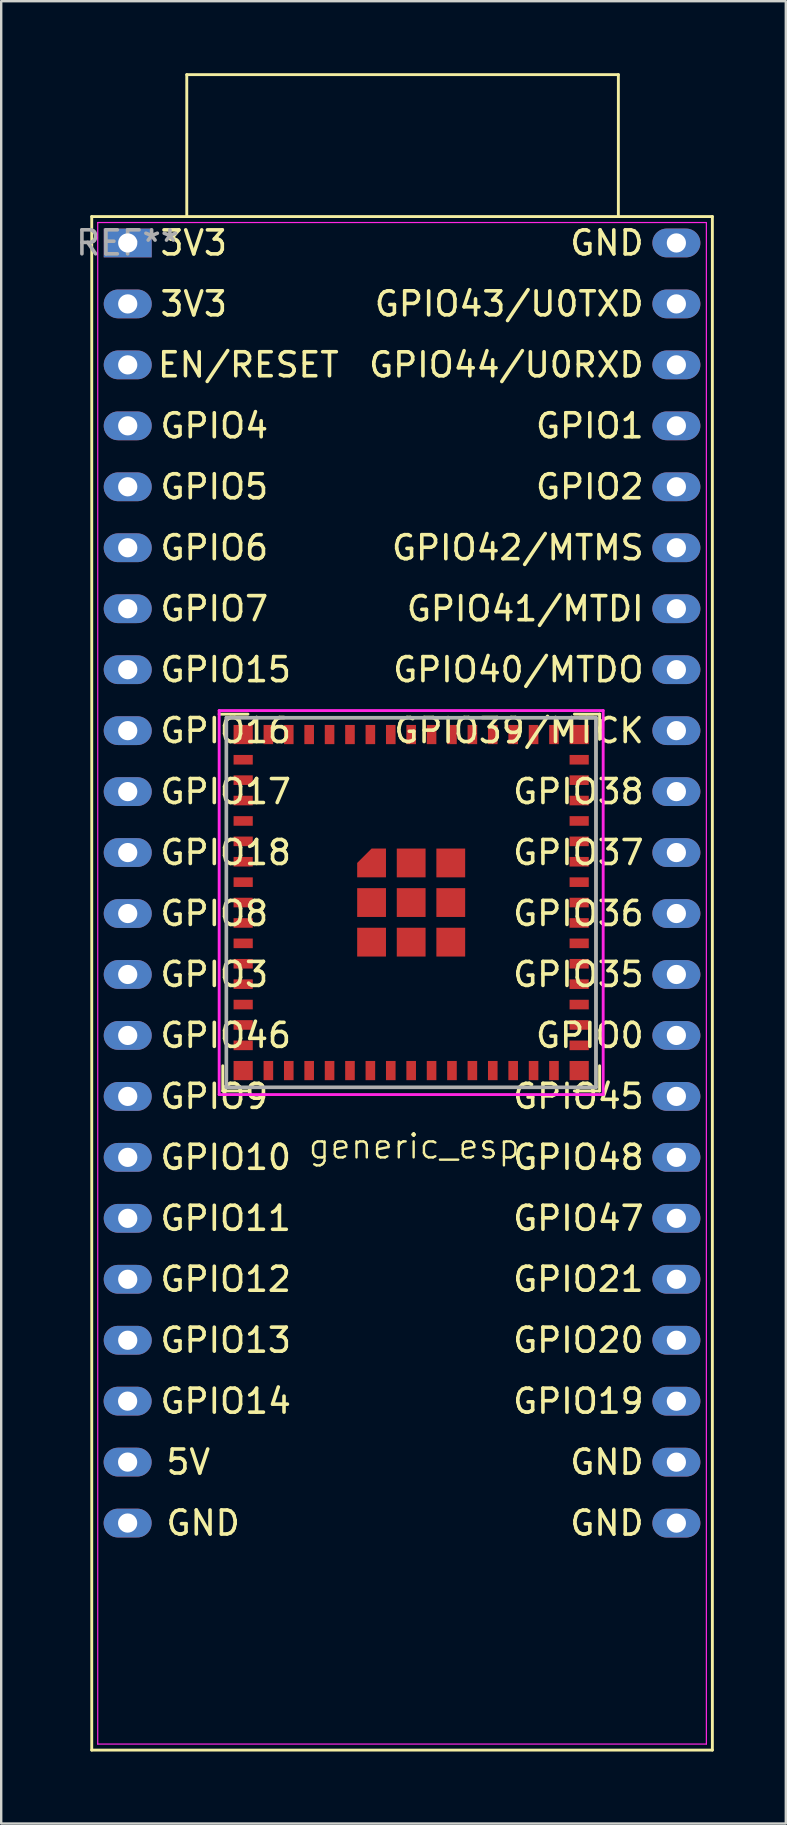
<source format=kicad_pcb>
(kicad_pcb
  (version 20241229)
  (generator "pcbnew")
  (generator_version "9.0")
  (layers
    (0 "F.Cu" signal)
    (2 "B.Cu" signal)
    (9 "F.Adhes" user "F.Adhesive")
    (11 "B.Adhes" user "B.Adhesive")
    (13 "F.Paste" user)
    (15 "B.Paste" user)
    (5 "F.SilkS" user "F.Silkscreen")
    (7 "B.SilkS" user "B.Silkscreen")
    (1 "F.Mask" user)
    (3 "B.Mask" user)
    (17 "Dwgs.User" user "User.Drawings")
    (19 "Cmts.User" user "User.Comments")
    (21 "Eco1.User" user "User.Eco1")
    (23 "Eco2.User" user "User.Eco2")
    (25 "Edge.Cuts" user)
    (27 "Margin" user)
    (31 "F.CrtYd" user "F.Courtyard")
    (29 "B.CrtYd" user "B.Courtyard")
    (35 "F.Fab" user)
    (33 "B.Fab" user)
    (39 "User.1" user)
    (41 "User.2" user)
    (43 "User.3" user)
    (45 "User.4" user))
  (footprint "generic_esp"
    (layer "F.Cu")
    (at 14.21 34.556)
    (property "Reference" "generic_esp" (at -0.001 10.16 0) (unlocked yes) (layer "F.SilkS") (effects (font (size 1 1) (thickness 0.1))))
    (attr through_hole)
    (fp_line (start -13.438 35.314) (end 12.422 35.314) (stroke (width 0.12) (type solid)) (layer "F.SilkS"))
    (fp_line (start -13.438 -28.583) (end -13.438 35.314) (stroke (width 0.12) (type solid)) (layer "F.SilkS"))
    (fp_line (start -9.478 -34.496) (end 8.505 -34.496) (stroke (width 0.12) (type solid)) (layer "F.SilkS"))
    (fp_line (start -9.478 -28.603) (end -9.478 -34.496) (stroke (width 0.12) (type solid)) (layer "F.SilkS"))
    (fp_line (start -7.978 7.85) (end -7.978 6.8) (stroke (width 0.12) (type solid)) (layer "F.SilkS"))
    (fp_line (start -7.828 -7.7) (end 7.572 -7.7) (stroke (width 0.12) (type solid)) (layer "F.SilkS"))
    (fp_line (start -7.828 7.7) (end -7.828 -7.7) (stroke (width 0.12) (type solid)) (layer "F.SilkS"))
    (fp_line (start -6.928 -7.85) (end -8.128 -7.85) (stroke (width 0.12) (type solid)) (layer "F.SilkS"))
    (fp_line (start -6.928 7.85) (end -7.978 7.85) (stroke (width 0.12) (type solid)) (layer "F.SilkS"))
    (fp_line (start 6.672 -7.85) (end 7.722 -7.85) (stroke (width 0.12) (type solid)) (layer "F.SilkS"))
    (fp_line (start 6.672 7.85) (end 7.722 7.85) (stroke (width 0.12) (type solid)) (layer "F.SilkS"))
    (fp_line (start 7.572 -7.7) (end 7.572 7.7) (stroke (width 0.12) (type solid)) (layer "F.SilkS"))
    (fp_line (start 7.572 7.7) (end -7.828 7.7) (stroke (width 0.12) (type solid)) (layer "F.SilkS"))
    (fp_line (start 7.722 -7.85) (end 7.722 -6.8) (stroke (width 0.12) (type solid)) (layer "F.SilkS"))
    (fp_line (start 7.722 7.85) (end 7.722 6.8) (stroke (width 0.12) (type solid)) (layer "F.SilkS"))
    (fp_line (start 8.505 -34.496) (end 8.505 -28.603) (stroke (width 0.12) (type solid)) (layer "F.SilkS"))
    (fp_line (start 12.422 35.314) (end 12.422 -28.583) (stroke (width 0.12) (type solid)) (layer "F.SilkS"))
    (fp_line (start 12.422 -28.583) (end -13.438 -28.583) (stroke (width 0.12) (type solid)) (layer "F.SilkS"))
    (fp_line (start -13.188 -28.333) (end 12.172 -28.333) (stroke (width 0.05) (type solid)) (layer "F.CrtYd"))
    (fp_line (start -13.188 35.064) (end -13.188 -28.333) (stroke (width 0.05) (type solid)) (layer "F.CrtYd"))
    (fp_line (start -8.128 -8) (end -8.128 8) (stroke (width 0.12) (type solid)) (layer "F.CrtYd"))
    (fp_line (start -8.128 8) (end 7.872 8) (stroke (width 0.12) (type solid)) (layer "F.CrtYd"))
    (fp_line (start 7.872 -8) (end -8.128 -8) (stroke (width 0.12) (type solid)) (layer "F.CrtYd"))
    (fp_line (start 7.872 8) (end 7.872 -8) (stroke (width 0.12) (type solid)) (layer "F.CrtYd"))
    (fp_line (start 12.172 -28.333) (end 12.172 35.064) (stroke (width 0.05) (type solid)) (layer "F.CrtYd"))
    (fp_line (start 12.172 35.064) (end -13.188 35.064) (stroke (width 0.05) (type solid)) (layer "F.CrtYd"))
    (fp_line (start -7.828 -7.7) (end -7.828 7.7) (stroke (width 0.15) (type solid)) (layer "F.Fab"))
    (fp_line (start -7.828 7.7) (end 7.572 7.7) (stroke (width 0.15) (type solid)) (layer "F.Fab"))
    (fp_line (start 7.572 -7.7) (end -7.828 -7.7) (stroke (width 0.15) (type solid)) (layer "F.Fab"))
    (fp_line (start 7.572 7.7) (end 7.572 -7.7) (stroke (width 0.15) (type solid)) (layer "F.Fab"))
    (fp_text user "GPIO3" (at -10.668 2.997 0) (unlocked yes) (layer "F.SilkS") (effects (font (size 1 1) (thickness 0.15)) (justify left)))
    (fp_text user "GPIO9" (at -10.668 8.077 0) (unlocked yes) (layer "F.SilkS") (effects (font (size 1 1) (thickness 0.15)) (justify left)))
    (fp_text user "GPIO7" (at -10.668 -12.243 0) (unlocked yes) (layer "F.SilkS") (effects (font (size 1 1) (thickness 0.15)) (justify left)))
    (fp_text user "GPIO20" (at 9.652 18.237 0) (unlocked yes) (layer "F.SilkS") (effects (font (size 1 1) (thickness 0.15)) (justify right)))
    (fp_text user "GPIO36" (at 9.652 0.457 0) (unlocked yes) (layer "F.SilkS") (effects (font (size 1 1) (thickness 0.15)) (justify right)))
    (fp_text user "GPIO35" (at 9.652 2.997 0) (unlocked yes) (layer "F.SilkS") (effects (font (size 1 1) (thickness 0.15)) (justify right)))
    (fp_text user "GPIO18" (at -10.668 -2.083 0) (unlocked yes) (layer "F.SilkS") (effects (font (size 1 1) (thickness 0.15)) (justify left)))
    (fp_text user "GPIO13" (at -10.668 18.237 0) (unlocked yes) (layer "F.SilkS") (effects (font (size 1 1) (thickness 0.15)) (justify left)))
    (fp_text user "GPIO46" (at -10.668 5.537 0) (unlocked yes) (layer "F.SilkS") (effects (font (size 1 1) (thickness 0.15)) (justify left)))
    (fp_text user "GPIO39/MTCK" (at 9.652 -7.163 0) (unlocked yes) (layer "F.SilkS") (effects (font (size 1 1) (thickness 0.15)) (justify right)))
    (fp_text user "EN/RESET" (at -3.052 -22.406 0) (unlocked yes) (layer "F.SilkS") (effects (font (size 1 1) (thickness 0.15)) (justify right)))
    (fp_text user "GPIO10" (at -10.668 10.617 0) (unlocked yes) (layer "F.SilkS") (effects (font (size 1 1) (thickness 0.15)) (justify left)))
    (fp_text user "GND" (at 9.652 25.857 0) (unlocked yes) (layer "F.SilkS") (effects (font (size 1 1) (thickness 0.15)) (justify right)))
    (fp_text user "GND" (at -10.418 25.854 0) (unlocked yes) (layer "F.SilkS") (effects (font (size 1 1) (thickness 0.15)) (justify left)))
    (fp_text user "GPIO11" (at -10.668 13.157 0) (unlocked yes) (layer "F.SilkS") (effects (font (size 1 1) (thickness 0.15)) (justify left)))
    (fp_text user "GND" (at 9.652 -27.483 0) (unlocked yes) (layer "F.SilkS") (effects (font (size 1 1) (thickness 0.15)) (justify right)))
    (fp_text user "GPIO48" (at 9.652 10.617 0) (unlocked yes) (layer "F.SilkS") (effects (font (size 1 1) (thickness 0.15)) (justify right)))
    (fp_text user "GPIO37" (at 9.652 -2.083 0) (unlocked yes) (layer "F.SilkS") (effects (font (size 1 1) (thickness 0.15)) (justify right)))
    (fp_text user "3V3" (at -10.668 -24.943 0) (unlocked yes) (layer "F.SilkS") (effects (font (size 1 1) (thickness 0.15)) (justify left)))
    (fp_text user "GPIO40/MTDO" (at 9.652 -9.703 0) (unlocked yes) (layer "F.SilkS") (effects (font (size 1 1) (thickness 0.15)) (justify right)))
    (fp_text user "GPIO19" (at 9.652 20.777 0) (unlocked yes) (layer "F.SilkS") (effects (font (size 1 1) (thickness 0.15)) (justify right)))
    (fp_text user "GPIO0" (at 9.652 5.537 0) (unlocked yes) (layer "F.SilkS") (effects (font (size 1 1) (thickness 0.15)) (justify right)))
    (fp_text user "GPIO14" (at -10.668 20.777 0) (unlocked yes) (layer "F.SilkS") (effects (font (size 1 1) (thickness 0.15)) (justify left)))
    (fp_text user "GPIO43/U0TXD" (at 9.652 -24.943 0) (unlocked yes) (layer "F.SilkS") (effects (font (size 1 1) (thickness 0.15)) (justify right)))
    (fp_text user "GPIO21" (at 9.652 15.697 0) (unlocked yes) (layer "F.SilkS") (effects (font (size 1 1) (thickness 0.15)) (justify right)))
    (fp_text user "3V3" (at -10.668 -27.483 0) (unlocked yes) (layer "F.SilkS") (effects (font (size 1 1) (thickness 0.15)) (justify left)))
    (fp_text user "GPIO42/MTMS" (at 9.652 -14.783 0) (unlocked yes) (layer "F.SilkS") (effects (font (size 1 1) (thickness 0.15)) (justify right)))
    (fp_text user "GPIO45" (at 9.652 8.077 0) (unlocked yes) (layer "F.SilkS") (effects (font (size 1 1) (thickness 0.15)) (justify right)))
    (fp_text user "GPIO41/MTDI" (at 9.652 -12.243 0) (unlocked yes) (layer "F.SilkS") (effects (font (size 1 1) (thickness 0.15)) (justify right)))
    (fp_text user "GPIO12" (at -10.668 15.697 0) (unlocked yes) (layer "F.SilkS") (effects (font (size 1 1) (thickness 0.15)) (justify left)))
    (fp_text user "GPIO38" (at 9.652 -4.623 0) (unlocked yes) (layer "F.SilkS") (effects (font (size 1 1) (thickness 0.15)) (justify right)))
    (fp_text user "GPIO47" (at 9.652 13.157 0) (unlocked yes) (layer "F.SilkS") (effects (font (size 1 1) (thickness 0.15)) (justify right)))
    (fp_text user "GPIO16" (at -10.668 -7.163 0) (unlocked yes) (layer "F.SilkS") (effects (font (size 1 1) (thickness 0.15)) (justify left)))
    (fp_text user "GPIO17" (at -10.668 -4.623 0) (unlocked yes) (layer "F.SilkS") (effects (font (size 1 1) (thickness 0.15)) (justify left)))
    (fp_text user "GPIO4" (at -10.668 -19.863 0) (unlocked yes) (layer "F.SilkS") (effects (font (size 1 1) (thickness 0.15)) (justify left)))
    (fp_text user "GPIO1" (at 9.652 -19.863 0) (unlocked yes) (layer "F.SilkS") (effects (font (size 1 1) (thickness 0.15)) (justify right)))
    (fp_text user "GPIO6" (at -10.668 -14.783 0) (unlocked yes) (layer "F.SilkS") (effects (font (size 1 1) (thickness 0.15)) (justify left)))
    (fp_text user "GPIO5" (at -10.668 -17.323 0) (unlocked yes) (layer "F.SilkS") (effects (font (size 1 1) (thickness 0.15)) (justify left)))
    (fp_text user "5V" (at -10.418 23.314 0) (unlocked yes) (layer "F.SilkS") (effects (font (size 1 1) (thickness 0.15)) (justify left)))
    (fp_text user "GPIO8" (at -10.668 0.457 0) (unlocked yes) (layer "F.SilkS") (effects (font (size 1 1) (thickness 0.15)) (justify left)))
    (fp_text user "GND" (at 9.652 23.317 0) (unlocked yes) (layer "F.SilkS") (effects (font (size 1 1) (thickness 0.15)) (justify right)))
    (fp_text user "GPIO44/U0RXD" (at 9.652 -22.403 0) (unlocked yes) (layer "F.SilkS") (effects (font (size 1 1) (thickness 0.15)) (justify right)))
    (fp_text user "GPIO2" (at 9.652 -17.323 0) (unlocked yes) (layer "F.SilkS") (effects (font (size 1 1) (thickness 0.15)) (justify right)))
    (fp_text user "GPIO15" (at -10.668 -9.703 0) (unlocked yes) (layer "F.SilkS") (effects (font (size 1 1) (thickness 0.15)) (justify left)))
    (fp_text user "REF**" (at -11.942 -27.486 0) (layer "F.Fab") (effects (font (size 1 1) (thickness 0.15))))
    (pad "1" thru_hole rect (at -11.938 -27.483 270) (size 1.2 2) (drill 0.8) (layers "*.Cu" "*.Mask"))
    (pad "1" smd rect (at -7.128 -5.95 90) (size 0.4 0.8) (layers "F.Cu" "F.Mask" "F.Paste"))
    (pad "2" thru_hole oval (at -11.938 -24.943 270) (size 1.2 2) (drill 0.8) (layers "*.Cu" "*.Mask"))
    (pad "2" smd rect (at -7.128 -5.1 90) (size 0.4 0.8) (layers "F.Cu" "F.Mask" "F.Paste"))
    (pad "3" thru_hole oval (at -11.938 -22.403 270) (size 1.2 2) (drill 0.8) (layers "*.Cu" "*.Mask"))
    (pad "3" smd rect (at -7.128 -4.25 90) (size 0.4 0.8) (layers "F.Cu" "F.Mask" "F.Paste"))
    (pad "4" thru_hole oval (at -11.938 -19.863 270) (size 1.2 2) (drill 0.8) (layers "*.Cu" "*.Mask"))
    (pad "4" smd rect (at -7.128 -3.4 90) (size 0.4 0.8) (layers "F.Cu" "F.Mask" "F.Paste"))
    (pad "5" thru_hole oval (at -11.938 -17.323 270) (size 1.2 2) (drill 0.8) (layers "*.Cu" "*.Mask"))
    (pad "5" smd rect (at -7.128 -2.55 90) (size 0.4 0.8) (layers "F.Cu" "F.Mask" "F.Paste"))
    (pad "6" thru_hole oval (at -11.938 -14.783 270) (size 1.2 2) (drill 0.8) (layers "*.Cu" "*.Mask"))
    (pad "6" smd rect (at -7.128 -1.7 90) (size 0.4 0.8) (layers "F.Cu" "F.Mask" "F.Paste"))
    (pad "7" thru_hole oval (at -11.938 -12.243 270) (size 1.2 2) (drill 0.8) (layers "*.Cu" "*.Mask"))
    (pad "7" smd rect (at -7.128 -0.85 90) (size 0.4 0.8) (layers "F.Cu" "F.Mask" "F.Paste"))
    (pad "8" thru_hole oval (at -11.938 -9.703 270) (size 1.2 2) (drill 0.8) (layers "*.Cu" "*.Mask"))
    (pad "8" smd rect (at -7.128 0 90) (size 0.4 0.8) (layers "F.Cu" "F.Mask" "F.Paste"))
    (pad "9" thru_hole oval (at -11.938 -7.163 270) (size 1.2 2) (drill 0.8) (layers "*.Cu" "*.Mask"))
    (pad "9" smd rect (at -7.128 0.85 90) (size 0.4 0.8) (layers "F.Cu" "F.Mask" "F.Paste"))
    (pad "10" thru_hole oval (at -11.938 -4.623 270) (size 1.2 2) (drill 0.8) (layers "*.Cu" "*.Mask"))
    (pad "10" smd rect (at -7.128 1.7 90) (size 0.4 0.8) (layers "F.Cu" "F.Mask" "F.Paste"))
    (pad "11" thru_hole oval (at -11.938 -2.083 270) (size 1.2 2) (drill 0.8) (layers "*.Cu" "*.Mask"))
    (pad "11" smd rect (at -7.128 2.55 90) (size 0.4 0.8) (layers "F.Cu" "F.Mask" "F.Paste"))
    (pad "12" thru_hole oval (at -11.938 0.457 270) (size 1.2 2) (drill 0.8) (layers "*.Cu" "*.Mask"))
    (pad "12" smd rect (at -7.128 3.4 90) (size 0.4 0.8) (layers "F.Cu" "F.Mask" "F.Paste"))
    (pad "13" thru_hole oval (at -11.938 2.997 270) (size 1.2 2) (drill 0.8) (layers "*.Cu" "*.Mask"))
    (pad "13" smd rect (at -7.128 4.25 90) (size 0.4 0.8) (layers "F.Cu" "F.Mask" "F.Paste"))
    (pad "14" thru_hole oval (at -11.938 5.537 270) (size 1.2 2) (drill 0.8) (layers "*.Cu" "*.Mask"))
    (pad "14" smd rect (at -7.128 5.1 90) (size 0.4 0.8) (layers "F.Cu" "F.Mask" "F.Paste"))
    (pad "15" thru_hole oval (at -11.938 8.077 270) (size 1.2 2) (drill 0.8) (layers "*.Cu" "*.Mask"))
    (pad "15" smd rect (at -7.128 5.95 90) (size 0.4 0.8) (layers "F.Cu" "F.Mask" "F.Paste"))
    (pad "16" thru_hole oval (at -11.938 10.617 270) (size 1.2 2) (drill 0.8) (layers "*.Cu" "*.Mask"))
    (pad "16" smd rect (at -6.078 7) (size 0.4 0.8) (layers "F.Cu" "F.Mask" "F.Paste"))
    (pad "17" thru_hole oval (at -11.938 13.157 270) (size 1.2 2) (drill 0.8) (layers "*.Cu" "*.Mask"))
    (pad "17" smd rect (at -5.228 7) (size 0.4 0.8) (layers "F.Cu" "F.Mask" "F.Paste"))
    (pad "18" thru_hole oval (at -11.938 15.697 270) (size 1.2 2) (drill 0.8) (layers "*.Cu" "*.Mask"))
    (pad "18" smd rect (at -4.378 7) (size 0.4 0.8) (layers "F.Cu" "F.Mask" "F.Paste"))
    (pad "19" thru_hole oval (at -11.938 18.237 270) (size 1.2 2) (drill 0.8) (layers "*.Cu" "*.Mask"))
    (pad "19" smd rect (at -3.528 7) (size 0.4 0.8) (layers "F.Cu" "F.Mask" "F.Paste"))
    (pad "20" thru_hole oval (at -11.942 20.774 270) (size 1.2 2) (drill 0.8) (layers "*.Cu" "*.Mask"))
    (pad "20" smd rect (at -2.678 7) (size 0.4 0.8) (layers "F.Cu" "F.Mask" "F.Paste"))
    (pad "21" thru_hole oval (at -11.942 23.314 270) (size 1.2 2) (drill 0.8) (layers "*.Cu" "*.Mask"))
    (pad "21" smd rect (at -1.828 7) (size 0.4 0.8) (layers "F.Cu" "F.Mask" "F.Paste"))
    (pad "22" thru_hole oval (at -11.942 25.854 270) (size 1.2 2) (drill 0.8) (layers "*.Cu" "*.Mask"))
    (pad "22" smd rect (at -0.978 7) (size 0.4 0.8) (layers "F.Cu" "F.Mask" "F.Paste"))
    (pad "23" smd rect (at -0.128 7) (size 0.4 0.8) (layers "F.Cu" "F.Mask" "F.Paste"))
    (pad "23" thru_hole oval (at 10.922 25.857 270) (size 1.2 2) (drill 0.8) (layers "*.Cu" "*.Mask"))
    (pad "24" smd rect (at 0.722 7) (size 0.4 0.8) (layers "F.Cu" "F.Mask" "F.Paste"))
    (pad "24" thru_hole oval (at 10.922 23.317 270) (size 1.2 2) (drill 0.8) (layers "*.Cu" "*.Mask"))
    (pad "25" smd rect (at 1.572 7) (size 0.4 0.8) (layers "F.Cu" "F.Mask" "F.Paste"))
    (pad "25" thru_hole oval (at 10.922 20.777 270) (size 1.2 2) (drill 0.8) (layers "*.Cu" "*.Mask"))
    (pad "26" smd rect (at 2.422 7) (size 0.4 0.8) (layers "F.Cu" "F.Mask" "F.Paste"))
    (pad "26" thru_hole oval (at 10.922 18.237 270) (size 1.2 2) (drill 0.8) (layers "*.Cu" "*.Mask"))
    (pad "27" smd rect (at 3.272 7) (size 0.4 0.8) (layers "F.Cu" "F.Mask" "F.Paste"))
    (pad "27" thru_hole oval (at 10.922 15.697 270) (size 1.2 2) (drill 0.8) (layers "*.Cu" "*.Mask"))
    (pad "28" smd rect (at 4.122 7) (size 0.4 0.8) (layers "F.Cu" "F.Mask" "F.Paste"))
    (pad "28" thru_hole oval (at 10.922 13.157 270) (size 1.2 2) (drill 0.8) (layers "*.Cu" "*.Mask"))
    (pad "29" smd rect (at 4.972 7) (size 0.4 0.8) (layers "F.Cu" "F.Mask" "F.Paste"))
    (pad "29" thru_hole oval (at 10.922 10.617 270) (size 1.2 2) (drill 0.8) (layers "*.Cu" "*.Mask"))
    (pad "30" smd rect (at 5.822 7) (size 0.4 0.8) (layers "F.Cu" "F.Mask" "F.Paste"))
    (pad "30" thru_hole oval (at 10.922 8.077 270) (size 1.2 2) (drill 0.8) (layers "*.Cu" "*.Mask"))
    (pad "31" smd rect (at 6.872 5.95 90) (size 0.4 0.8) (layers "F.Cu" "F.Mask" "F.Paste"))
    (pad "31" thru_hole oval (at 10.922 5.537 270) (size 1.2 2) (drill 0.8) (layers "*.Cu" "*.Mask"))
    (pad "32" smd rect (at 6.872 5.1 90) (size 0.4 0.8) (layers "F.Cu" "F.Mask" "F.Paste"))
    (pad "32" thru_hole oval (at 10.922 2.997 270) (size 1.2 2) (drill 0.8) (layers "*.Cu" "*.Mask"))
    (pad "33" smd rect (at 6.872 4.25 90) (size 0.4 0.8) (layers "F.Cu" "F.Mask" "F.Paste"))
    (pad "33" thru_hole oval (at 10.922 0.457 270) (size 1.2 2) (drill 0.8) (layers "*.Cu" "*.Mask"))
    (pad "34" smd rect (at 6.872 3.4 90) (size 0.4 0.8) (layers "F.Cu" "F.Mask" "F.Paste"))
    (pad "34" thru_hole oval (at 10.922 -2.083 270) (size 1.2 2) (drill 0.8) (layers "*.Cu" "*.Mask"))
    (pad "35" smd rect (at 6.872 2.55 90) (size 0.4 0.8) (layers "F.Cu" "F.Mask" "F.Paste"))
    (pad "35" thru_hole oval (at 10.922 -4.623 270) (size 1.2 2) (drill 0.8) (layers "*.Cu" "*.Mask"))
    (pad "36" smd rect (at 6.872 1.7 90) (size 0.4 0.8) (layers "F.Cu" "F.Mask" "F.Paste"))
    (pad "36" thru_hole oval (at 10.922 -7.163 270) (size 1.2 2) (drill 0.8) (layers "*.Cu" "*.Mask"))
    (pad "37" smd rect (at 6.872 0.85 90) (size 0.4 0.8) (layers "F.Cu" "F.Mask" "F.Paste"))
    (pad "37" thru_hole oval (at 10.922 -9.703 270) (size 1.2 2) (drill 0.8) (layers "*.Cu" "*.Mask"))
    (pad "38" smd rect (at 6.872 0 90) (size 0.4 0.8) (layers "F.Cu" "F.Mask" "F.Paste"))
    (pad "38" thru_hole oval (at 10.922 -12.243 270) (size 1.2 2) (drill 0.8) (layers "*.Cu" "*.Mask"))
    (pad "39" smd rect (at 6.872 -0.85 90) (size 0.4 0.8) (layers "F.Cu" "F.Mask" "F.Paste"))
    (pad "39" thru_hole oval (at 10.922 -14.783 270) (size 1.2 2) (drill 0.8) (layers "*.Cu" "*.Mask"))
    (pad "40" smd rect (at 6.872 -1.7 90) (size 0.4 0.8) (layers "F.Cu" "F.Mask" "F.Paste"))
    (pad "40" thru_hole oval (at 10.922 -17.323 270) (size 1.2 2) (drill 0.8) (layers "*.Cu" "*.Mask"))
    (pad "41" smd rect (at 6.872 -2.55 90) (size 0.4 0.8) (layers "F.Cu" "F.Mask" "F.Paste"))
    (pad "41" thru_hole oval (at 10.922 -19.863 270) (size 1.2 2) (drill 0.8) (layers "*.Cu" "*.Mask"))
    (pad "42" smd rect (at 6.872 -3.4 90) (size 0.4 0.8) (layers "F.Cu" "F.Mask" "F.Paste"))
    (pad "42" thru_hole oval (at 10.922 -22.403 270) (size 1.2 2) (drill 0.8) (layers "*.Cu" "*.Mask"))
    (pad "43" smd rect (at 6.872 -4.25 90) (size 0.4 0.8) (layers "F.Cu" "F.Mask" "F.Paste"))
    (pad "43" thru_hole oval (at 10.922 -24.943 270) (size 1.2 2) (drill 0.8) (layers "*.Cu" "*.Mask"))
    (pad "44" smd rect (at 6.872 -5.1 90) (size 0.4 0.8) (layers "F.Cu" "F.Mask" "F.Paste"))
    (pad "44" thru_hole oval (at 10.922 -27.483 270) (size 1.2 2) (drill 0.8) (layers "*.Cu" "*.Mask"))
    (pad "45" smd rect (at 6.872 -5.95 90) (size 0.4 0.8) (layers "F.Cu" "F.Mask" "F.Paste"))
    (pad "46" smd rect (at 5.822 -7) (size 0.4 0.8) (layers "F.Cu" "F.Mask" "F.Paste"))
    (pad "47" smd rect (at 4.972 -7) (size 0.4 0.8) (layers "F.Cu" "F.Mask" "F.Paste"))
    (pad "48" smd rect (at 4.122 -7) (size 0.4 0.8) (layers "F.Cu" "F.Mask" "F.Paste"))
    (pad "49" smd rect (at 3.272 -7) (size 0.4 0.8) (layers "F.Cu" "F.Mask" "F.Paste"))
    (pad "50" smd rect (at 2.422 -7) (size 0.4 0.8) (layers "F.Cu" "F.Mask" "F.Paste"))
    (pad "51" smd rect (at 1.572 -7) (size 0.4 0.8) (layers "F.Cu" "F.Mask" "F.Paste"))
    (pad "52" smd rect (at 0.722 -7) (size 0.4 0.8) (layers "F.Cu" "F.Mask" "F.Paste"))
    (pad "53" smd rect (at -0.128 -7) (size 0.4 0.8) (layers "F.Cu" "F.Mask" "F.Paste"))
    (pad "54" smd rect (at -0.978 -7) (size 0.4 0.8) (layers "F.Cu" "F.Mask" "F.Paste"))
    (pad "55" smd rect (at -1.828 -7) (size 0.4 0.8) (layers "F.Cu" "F.Mask" "F.Paste"))
    (pad "56" smd rect (at -2.678 -7) (size 0.4 0.8) (layers "F.Cu" "F.Mask" "F.Paste"))
    (pad "57" smd rect (at -3.528 -7) (size 0.4 0.8) (layers "F.Cu" "F.Mask" "F.Paste"))
    (pad "58" smd rect (at -4.378 -7) (size 0.4 0.8) (layers "F.Cu" "F.Mask" "F.Paste"))
    (pad "59" smd rect (at -5.228 -7) (size 0.4 0.8) (layers "F.Cu" "F.Mask" "F.Paste"))
    (pad "60" smd rect (at -6.078 -7) (size 0.4 0.8) (layers "F.Cu" "F.Mask" "F.Paste"))
    (pad "61" smd custom (at -1.778 -1.65) (size 0.6 0.6) (layers "F.Cu" "F.Mask" "F.Paste") (options (anchor rect)) (primitives (gr_poly (pts (xy 0.6 0.6) (xy -0.6 0.6) (xy -0.6 0) (xy 0 -0.6) (xy 0.6 -0.6)) (width 0) (fill yes))))
    (pad "61" smd rect (at -1.778 0) (size 1.2 1.2) (layers "F.Cu" "F.Mask" "F.Paste"))
    (pad "61" smd rect (at -1.778 1.65) (size 1.2 1.2) (layers "F.Cu" "F.Mask" "F.Paste"))
    (pad "61" smd rect (at -0.128 -1.65) (size 1.2 1.2) (layers "F.Cu" "F.Mask" "F.Paste"))
    (pad "61" smd rect (at -0.128 0) (size 1.2 1.2) (layers "F.Cu" "F.Mask" "F.Paste"))
    (pad "61" smd rect (at -0.128 1.65) (size 1.2 1.2) (layers "F.Cu" "F.Mask" "F.Paste"))
    (pad "61" smd rect (at 1.522 -1.65) (size 1.2 1.2) (layers "F.Cu" "F.Mask" "F.Paste"))
    (pad "61" smd rect (at 1.522 0) (size 1.2 1.2) (layers "F.Cu" "F.Mask" "F.Paste"))
    (pad "61" smd rect (at 1.522 1.65) (size 1.2 1.2) (layers "F.Cu" "F.Mask" "F.Paste"))
    (pad "62" smd rect (at -7.128 -7 180) (size 0.8 0.8) (layers "F.Cu" "F.Mask" "F.Paste"))
    (pad "63" smd rect (at -7.128 7 180) (size 0.8 0.8) (layers "F.Cu" "F.Mask" "F.Paste"))
    (pad "64" smd rect (at 6.872 7 180) (size 0.8 0.8) (layers "F.Cu" "F.Mask" "F.Paste"))
    (pad "65" smd rect (at 6.872 -7 180) (size 0.8 0.8) (layers "F.Cu" "F.Mask" "F.Paste")))
  (gr_rect
    (start -3 -3)
    (end 29.692 72.93)
    (stroke (width 0.1) (type default))
    (fill no)
    (layer "Edge.Cuts")))
</source>
